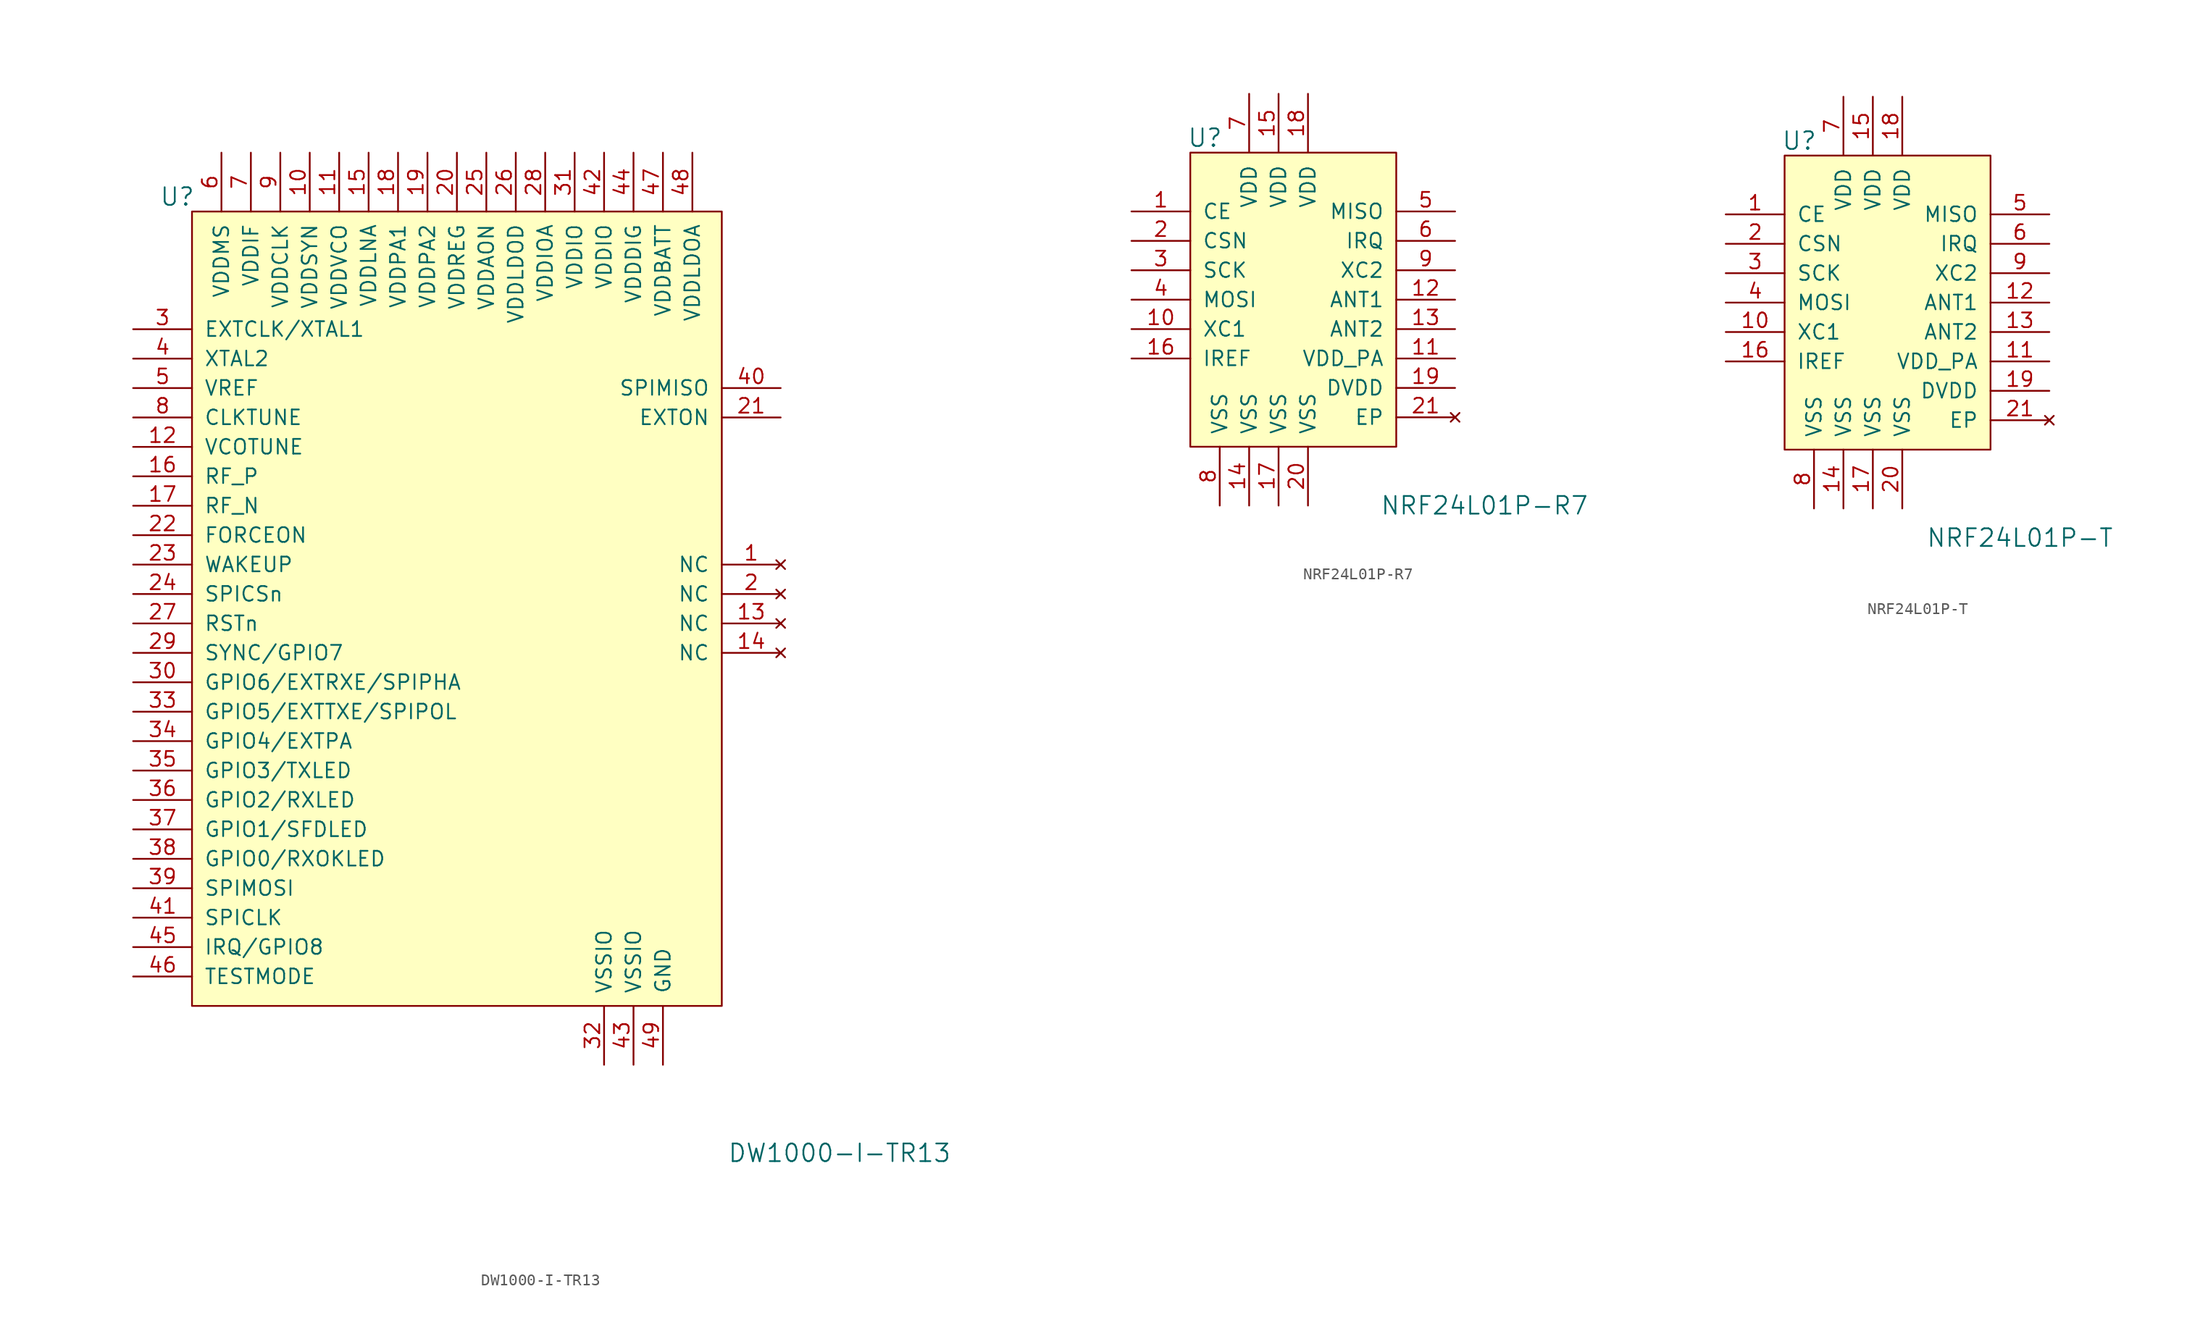
<source format=kicad_sym>
(kicad_symbol_lib
  (version 20231120)
  (generator "kicad_symbol_editor")
  (generator_version "8.0")
  (symbol "DW1000-I-TR13"
    (pin_names
      (offset 1.016))
    (property "Reference" "U"
      (at -24.13 36.83 0)
      (effects (font (size 1.524 1.524))))
    (property "Value" "DW1000-I-TR13"
      (at 33.02 -45.72 0)
      (effects (font (size 1.524 1.524))))
    (symbol "DW1000-I-TR13_0_1"
      (rectangle (start -22.86 35.56) (end 22.86 -33.02) (stroke (width 0) (type default)) (fill (type background))))
    (symbol "DW1000-I-TR13_1_1"
      (pin no_connect line (at 27.94 5.08 180) (length 5.08) (name "NC" (effects (font (size 1.27 1.27)))) (number "1" (effects (font (size 1.27 1.27)))))
      (pin power_in line (at -12.7 40.64 270) (length 5.08) (name "VDDSYN" (effects (font (size 1.27 1.27)))) (number "10" (effects (font (size 1.27 1.27)))))
      (pin power_in line (at -10.16 40.64 270) (length 5.08) (name "VDDVCO" (effects (font (size 1.27 1.27)))) (number "11" (effects (font (size 1.27 1.27)))))
      (pin bidirectional line (at -27.94 15.24 0) (length 5.08) (name "VCOTUNE" (effects (font (size 1.27 1.27)))) (number "12" (effects (font (size 1.27 1.27)))))
      (pin no_connect line (at 27.94 0 180) (length 5.08) (name "NC" (effects (font (size 1.27 1.27)))) (number "13" (effects (font (size 1.27 1.27)))))
      (pin no_connect line (at 27.94 -2.54 180) (length 5.08) (name "NC" (effects (font (size 1.27 1.27)))) (number "14" (effects (font (size 1.27 1.27)))))
      (pin power_in line (at -7.62 40.64 270) (length 5.08) (name "VDDLNA" (effects (font (size 1.27 1.27)))) (number "15" (effects (font (size 1.27 1.27)))))
      (pin bidirectional line (at -27.94 12.7 0) (length 5.08) (name "RF_P" (effects (font (size 1.27 1.27)))) (number "16" (effects (font (size 1.27 1.27)))))
      (pin bidirectional line (at -27.94 10.16 0) (length 5.08) (name "RF_N" (effects (font (size 1.27 1.27)))) (number "17" (effects (font (size 1.27 1.27)))))
      (pin power_in line (at -5.08 40.64 270) (length 5.08) (name "VDDPA1" (effects (font (size 1.27 1.27)))) (number "18" (effects (font (size 1.27 1.27)))))
      (pin power_in line (at -2.54 40.64 270) (length 5.08) (name "VDDPA2" (effects (font (size 1.27 1.27)))) (number "19" (effects (font (size 1.27 1.27)))))
      (pin no_connect line (at 27.94 2.54 180) (length 5.08) (name "NC" (effects (font (size 1.27 1.27)))) (number "2" (effects (font (size 1.27 1.27)))))
      (pin power_in line (at 0 40.64 270) (length 5.08) (name "VDDREG" (effects (font (size 1.27 1.27)))) (number "20" (effects (font (size 1.27 1.27)))))
      (pin output line (at 27.94 17.78 180) (length 5.08) (name "EXTON" (effects (font (size 1.27 1.27)))) (number "21" (effects (font (size 1.27 1.27)))))
      (pin input line (at -27.94 7.62 0) (length 5.08) (name "FORCEON" (effects (font (size 1.27 1.27)))) (number "22" (effects (font (size 1.27 1.27)))))
      (pin input line (at -27.94 5.08 0) (length 5.08) (name "WAKEUP" (effects (font (size 1.27 1.27)))) (number "23" (effects (font (size 1.27 1.27)))))
      (pin input line (at -27.94 2.54 0) (length 5.08) (name "SPICSn" (effects (font (size 1.27 1.27)))) (number "24" (effects (font (size 1.27 1.27)))))
      (pin power_in line (at 2.54 40.64 270) (length 5.08) (name "VDDAON" (effects (font (size 1.27 1.27)))) (number "25" (effects (font (size 1.27 1.27)))))
      (pin power_in line (at 5.08 40.64 270) (length 5.08) (name "VDDLDOD" (effects (font (size 1.27 1.27)))) (number "26" (effects (font (size 1.27 1.27)))))
      (pin bidirectional line (at -27.94 0 0) (length 5.08) (name "RSTn" (effects (font (size 1.27 1.27)))) (number "27" (effects (font (size 1.27 1.27)))))
      (pin power_in line (at 7.62 40.64 270) (length 5.08) (name "VDDIOA" (effects (font (size 1.27 1.27)))) (number "28" (effects (font (size 1.27 1.27)))))
      (pin bidirectional line (at -27.94 -2.54 0) (length 5.08) (name "SYNC/GPIO7" (effects (font (size 1.27 1.27)))) (number "29" (effects (font (size 1.27 1.27)))))
      (pin input line (at -27.94 25.4 0) (length 5.08) (name "EXTCLK/XTAL1" (effects (font (size 1.27 1.27)))) (number "3" (effects (font (size 1.27 1.27)))))
      (pin bidirectional line (at -27.94 -5.08 0) (length 5.08) (name "GPIO6/EXTRXE/SPIPHA" (effects (font (size 1.27 1.27)))) (number "30" (effects (font (size 1.27 1.27)))))
      (pin power_in line (at 10.16 40.64 270) (length 5.08) (name "VDDIO" (effects (font (size 1.27 1.27)))) (number "31" (effects (font (size 1.27 1.27)))))
      (pin power_in line (at 12.7 -38.1 90) (length 5.08) (name "VSSIO" (effects (font (size 1.27 1.27)))) (number "32" (effects (font (size 1.27 1.27)))))
      (pin bidirectional line (at -27.94 -7.62 0) (length 5.08) (name "GPIO5/EXTTXE/SPIPOL" (effects (font (size 1.27 1.27)))) (number "33" (effects (font (size 1.27 1.27)))))
      (pin bidirectional line (at -27.94 -10.16 0) (length 5.08) (name "GPIO4/EXTPA" (effects (font (size 1.27 1.27)))) (number "34" (effects (font (size 1.27 1.27)))))
      (pin bidirectional line (at -27.94 -12.7 0) (length 5.08) (name "GPIO3/TXLED" (effects (font (size 1.27 1.27)))) (number "35" (effects (font (size 1.27 1.27)))))
      (pin bidirectional line (at -27.94 -15.24 0) (length 5.08) (name "GPIO2/RXLED" (effects (font (size 1.27 1.27)))) (number "36" (effects (font (size 1.27 1.27)))))
      (pin bidirectional line (at -27.94 -17.78 0) (length 5.08) (name "GPIO1/SFDLED" (effects (font (size 1.27 1.27)))) (number "37" (effects (font (size 1.27 1.27)))))
      (pin bidirectional line (at -27.94 -20.32 0) (length 5.08) (name "GPIO0/RXOKLED" (effects (font (size 1.27 1.27)))) (number "38" (effects (font (size 1.27 1.27)))))
      (pin input line (at -27.94 -22.86 0) (length 5.08) (name "SPIMOSI" (effects (font (size 1.27 1.27)))) (number "39" (effects (font (size 1.27 1.27)))))
      (pin input line (at -27.94 22.86 0) (length 5.08) (name "XTAL2" (effects (font (size 1.27 1.27)))) (number "4" (effects (font (size 1.27 1.27)))))
      (pin output line (at 27.94 20.32 180) (length 5.08) (name "SPIMISO" (effects (font (size 1.27 1.27)))) (number "40" (effects (font (size 1.27 1.27)))))
      (pin input line (at -27.94 -25.4 0) (length 5.08) (name "SPICLK" (effects (font (size 1.27 1.27)))) (number "41" (effects (font (size 1.27 1.27)))))
      (pin power_in line (at 12.7 40.64 270) (length 5.08) (name "VDDIO" (effects (font (size 1.27 1.27)))) (number "42" (effects (font (size 1.27 1.27)))))
      (pin power_in line (at 15.24 -38.1 90) (length 5.08) (name "VSSIO" (effects (font (size 1.27 1.27)))) (number "43" (effects (font (size 1.27 1.27)))))
      (pin power_in line (at 15.24 40.64 270) (length 5.08) (name "VDDDIG" (effects (font (size 1.27 1.27)))) (number "44" (effects (font (size 1.27 1.27)))))
      (pin bidirectional line (at -27.94 -27.94 0) (length 5.08) (name "IRQ/GPIO8" (effects (font (size 1.27 1.27)))) (number "45" (effects (font (size 1.27 1.27)))))
      (pin input line (at -27.94 -30.48 0) (length 5.08) (name "TESTMODE" (effects (font (size 1.27 1.27)))) (number "46" (effects (font (size 1.27 1.27)))))
      (pin power_in line (at 17.78 40.64 270) (length 5.08) (name "VDDBATT" (effects (font (size 1.27 1.27)))) (number "47" (effects (font (size 1.27 1.27)))))
      (pin power_in line (at 20.32 40.64 270) (length 5.08) (name "VDDLDOA" (effects (font (size 1.27 1.27)))) (number "48" (effects (font (size 1.27 1.27)))))
      (pin power_in line (at 17.78 -38.1 90) (length 5.08) (name "GND" (effects (font (size 1.27 1.27)))) (number "49" (effects (font (size 1.27 1.27)))))
      (pin bidirectional line (at -27.94 20.32 0) (length 5.08) (name "VREF" (effects (font (size 1.27 1.27)))) (number "5" (effects (font (size 1.27 1.27)))))
      (pin power_in line (at -20.32 40.64 270) (length 5.08) (name "VDDMS" (effects (font (size 1.27 1.27)))) (number "6" (effects (font (size 1.27 1.27)))))
      (pin power_in line (at -17.78 40.64 270) (length 5.08) (name "VDDIF" (effects (font (size 1.27 1.27)))) (number "7" (effects (font (size 1.27 1.27)))))
      (pin bidirectional line (at -27.94 17.78 0) (length 5.08) (name "CLKTUNE" (effects (font (size 1.27 1.27)))) (number "8" (effects (font (size 1.27 1.27)))))
      (pin power_in line (at -15.24 40.64 270) (length 5.08) (name "VDDCLK" (effects (font (size 1.27 1.27)))) (number "9" (effects (font (size 1.27 1.27)))))))
  (symbol "NRF24L01P-R7"
    (pin_names
      (offset 1.016))
    (property "Reference" "U"
      (at -8.89 11.43 0)
      (effects (font (size 1.524 1.524))))
    (property "Value" "NRF24L01P-R7"
      (at 15.24 -20.32 0)
      (effects (font (size 1.524 1.524))))
    (symbol "NRF24L01P-R7_0_1"
      (rectangle (start -10.16 10.16) (end 7.62 -15.24) (stroke (width 0) (type default)) (fill (type background))))
    (symbol "NRF24L01P-R7_1_1"
      (pin input line (at -15.24 5.08 0) (length 5.08) (name "CE" (effects (font (size 1.27 1.27)))) (number "1" (effects (font (size 1.27 1.27)))))
      (pin input line (at -15.24 -5.08 0) (length 5.08) (name "XC1" (effects (font (size 1.27 1.27)))) (number "10" (effects (font (size 1.27 1.27)))))
      (pin power_out line (at 12.7 -7.62 180) (length 5.08) (name "VDD_PA" (effects (font (size 1.27 1.27)))) (number "11" (effects (font (size 1.27 1.27)))))
      (pin output line (at 12.7 -2.54 180) (length 5.08) (name "ANT1" (effects (font (size 1.27 1.27)))) (number "12" (effects (font (size 1.27 1.27)))))
      (pin output line (at 12.7 -5.08 180) (length 5.08) (name "ANT2" (effects (font (size 1.27 1.27)))) (number "13" (effects (font (size 1.27 1.27)))))
      (pin power_in line (at -5.08 -20.32 90) (length 5.08) (name "VSS" (effects (font (size 1.27 1.27)))) (number "14" (effects (font (size 1.27 1.27)))))
      (pin power_in line (at -2.54 15.24 270) (length 5.08) (name "VDD" (effects (font (size 1.27 1.27)))) (number "15" (effects (font (size 1.27 1.27)))))
      (pin input line (at -15.24 -7.62 0) (length 5.08) (name "IREF" (effects (font (size 1.27 1.27)))) (number "16" (effects (font (size 1.27 1.27)))))
      (pin power_in line (at -2.54 -20.32 90) (length 5.08) (name "VSS" (effects (font (size 1.27 1.27)))) (number "17" (effects (font (size 1.27 1.27)))))
      (pin power_in line (at 0 15.24 270) (length 5.08) (name "VDD" (effects (font (size 1.27 1.27)))) (number "18" (effects (font (size 1.27 1.27)))))
      (pin power_out line (at 12.7 -10.16 180) (length 5.08) (name "DVDD" (effects (font (size 1.27 1.27)))) (number "19" (effects (font (size 1.27 1.27)))))
      (pin input line (at -15.24 2.54 0) (length 5.08) (name "CSN" (effects (font (size 1.27 1.27)))) (number "2" (effects (font (size 1.27 1.27)))))
      (pin power_in line (at 0 -20.32 90) (length 5.08) (name "VSS" (effects (font (size 1.27 1.27)))) (number "20" (effects (font (size 1.27 1.27)))))
      (pin no_connect line (at 12.7 -12.7 180) (length 5.08) (name "EP" (effects (font (size 1.27 1.27)))) (number "21" (effects (font (size 1.27 1.27)))))
      (pin input line (at -15.24 0 0) (length 5.08) (name "SCK" (effects (font (size 1.27 1.27)))) (number "3" (effects (font (size 1.27 1.27)))))
      (pin input line (at -15.24 -2.54 0) (length 5.08) (name "MOSI" (effects (font (size 1.27 1.27)))) (number "4" (effects (font (size 1.27 1.27)))))
      (pin output line (at 12.7 5.08 180) (length 5.08) (name "MISO" (effects (font (size 1.27 1.27)))) (number "5" (effects (font (size 1.27 1.27)))))
      (pin output line (at 12.7 2.54 180) (length 5.08) (name "IRQ" (effects (font (size 1.27 1.27)))) (number "6" (effects (font (size 1.27 1.27)))))
      (pin power_in line (at -5.08 15.24 270) (length 5.08) (name "VDD" (effects (font (size 1.27 1.27)))) (number "7" (effects (font (size 1.27 1.27)))))
      (pin power_in line (at -7.62 -20.32 90) (length 5.08) (name "VSS" (effects (font (size 1.27 1.27)))) (number "8" (effects (font (size 1.27 1.27)))))
      (pin output line (at 12.7 0 180) (length 5.08) (name "XC2" (effects (font (size 1.27 1.27)))) (number "9" (effects (font (size 1.27 1.27)))))))
  (symbol "NRF24L01P-T"
    (pin_names
      (offset 1.016))
    (property "Reference" "U"
      (at -3.81 11.43 0)
      (effects (font (size 1.524 1.524))))
    (property "Value" "NRF24L01P-T"
      (at 15.24 -22.86 0)
      (effects (font (size 1.524 1.524))))
    (symbol "NRF24L01P-T_0_1"
      (rectangle (start -5.08 10.16) (end 12.7 -15.24) (stroke (width 0) (type default)) (fill (type background))))
    (symbol "NRF24L01P-T_1_1"
      (pin input line (at -10.16 5.08 0) (length 5.08) (name "CE" (effects (font (size 1.27 1.27)))) (number "1" (effects (font (size 1.27 1.27)))))
      (pin input line (at -10.16 -5.08 0) (length 5.08) (name "XC1" (effects (font (size 1.27 1.27)))) (number "10" (effects (font (size 1.27 1.27)))))
      (pin power_out line (at 17.78 -7.62 180) (length 5.08) (name "VDD_PA" (effects (font (size 1.27 1.27)))) (number "11" (effects (font (size 1.27 1.27)))))
      (pin output line (at 17.78 -2.54 180) (length 5.08) (name "ANT1" (effects (font (size 1.27 1.27)))) (number "12" (effects (font (size 1.27 1.27)))))
      (pin output line (at 17.78 -5.08 180) (length 5.08) (name "ANT2" (effects (font (size 1.27 1.27)))) (number "13" (effects (font (size 1.27 1.27)))))
      (pin power_in line (at 0 -20.32 90) (length 5.08) (name "VSS" (effects (font (size 1.27 1.27)))) (number "14" (effects (font (size 1.27 1.27)))))
      (pin power_in line (at 2.54 15.24 270) (length 5.08) (name "VDD" (effects (font (size 1.27 1.27)))) (number "15" (effects (font (size 1.27 1.27)))))
      (pin input line (at -10.16 -7.62 0) (length 5.08) (name "IREF" (effects (font (size 1.27 1.27)))) (number "16" (effects (font (size 1.27 1.27)))))
      (pin power_in line (at 2.54 -20.32 90) (length 5.08) (name "VSS" (effects (font (size 1.27 1.27)))) (number "17" (effects (font (size 1.27 1.27)))))
      (pin power_in line (at 5.08 15.24 270) (length 5.08) (name "VDD" (effects (font (size 1.27 1.27)))) (number "18" (effects (font (size 1.27 1.27)))))
      (pin power_out line (at 17.78 -10.16 180) (length 5.08) (name "DVDD" (effects (font (size 1.27 1.27)))) (number "19" (effects (font (size 1.27 1.27)))))
      (pin input line (at -10.16 2.54 0) (length 5.08) (name "CSN" (effects (font (size 1.27 1.27)))) (number "2" (effects (font (size 1.27 1.27)))))
      (pin power_in line (at 5.08 -20.32 90) (length 5.08) (name "VSS" (effects (font (size 1.27 1.27)))) (number "20" (effects (font (size 1.27 1.27)))))
      (pin no_connect line (at 17.78 -12.7 180) (length 5.08) (name "EP" (effects (font (size 1.27 1.27)))) (number "21" (effects (font (size 1.27 1.27)))))
      (pin input line (at -10.16 0 0) (length 5.08) (name "SCK" (effects (font (size 1.27 1.27)))) (number "3" (effects (font (size 1.27 1.27)))))
      (pin input line (at -10.16 -2.54 0) (length 5.08) (name "MOSI" (effects (font (size 1.27 1.27)))) (number "4" (effects (font (size 1.27 1.27)))))
      (pin output line (at 17.78 5.08 180) (length 5.08) (name "MISO" (effects (font (size 1.27 1.27)))) (number "5" (effects (font (size 1.27 1.27)))))
      (pin output line (at 17.78 2.54 180) (length 5.08) (name "IRQ" (effects (font (size 1.27 1.27)))) (number "6" (effects (font (size 1.27 1.27)))))
      (pin power_in line (at 0 15.24 270) (length 5.08) (name "VDD" (effects (font (size 1.27 1.27)))) (number "7" (effects (font (size 1.27 1.27)))))
      (pin power_in line (at -2.54 -20.32 90) (length 5.08) (name "VSS" (effects (font (size 1.27 1.27)))) (number "8" (effects (font (size 1.27 1.27)))))
      (pin output line (at 17.78 0 180) (length 5.08) (name "XC2" (effects (font (size 1.27 1.27)))) (number "9" (effects (font (size 1.27 1.27))))))))
</source>
